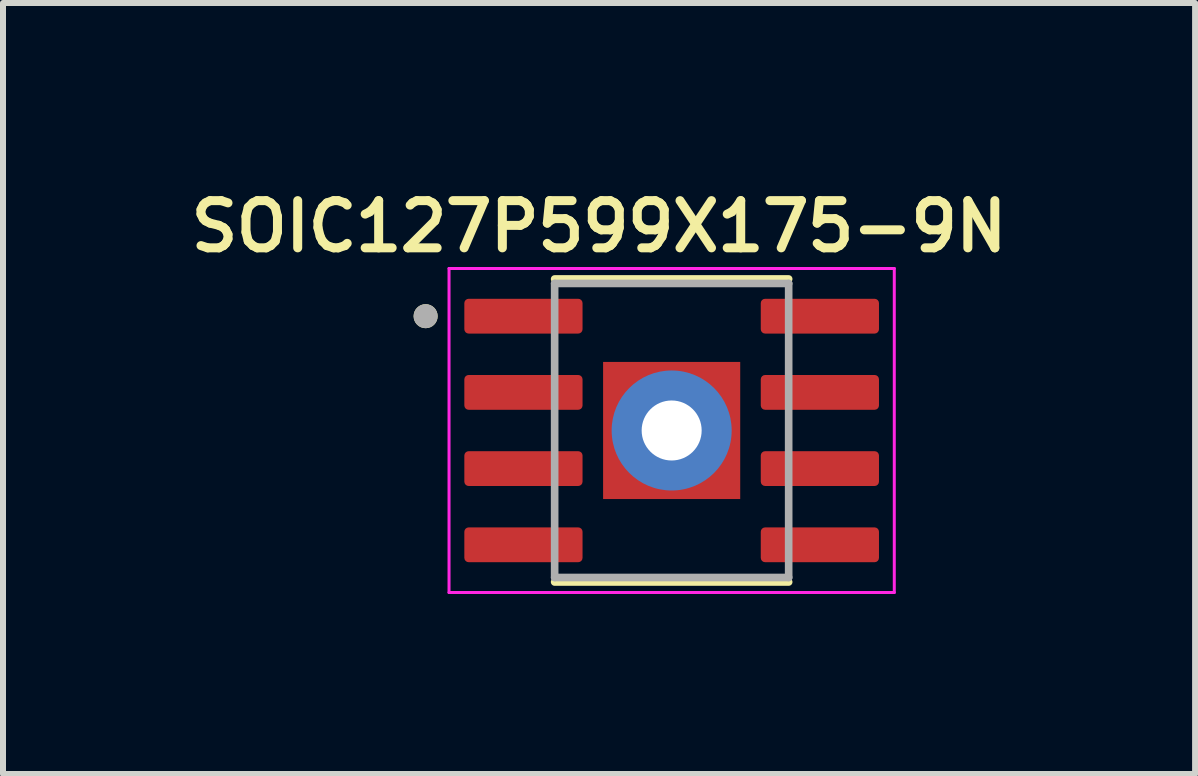
<source format=kicad_pcb>
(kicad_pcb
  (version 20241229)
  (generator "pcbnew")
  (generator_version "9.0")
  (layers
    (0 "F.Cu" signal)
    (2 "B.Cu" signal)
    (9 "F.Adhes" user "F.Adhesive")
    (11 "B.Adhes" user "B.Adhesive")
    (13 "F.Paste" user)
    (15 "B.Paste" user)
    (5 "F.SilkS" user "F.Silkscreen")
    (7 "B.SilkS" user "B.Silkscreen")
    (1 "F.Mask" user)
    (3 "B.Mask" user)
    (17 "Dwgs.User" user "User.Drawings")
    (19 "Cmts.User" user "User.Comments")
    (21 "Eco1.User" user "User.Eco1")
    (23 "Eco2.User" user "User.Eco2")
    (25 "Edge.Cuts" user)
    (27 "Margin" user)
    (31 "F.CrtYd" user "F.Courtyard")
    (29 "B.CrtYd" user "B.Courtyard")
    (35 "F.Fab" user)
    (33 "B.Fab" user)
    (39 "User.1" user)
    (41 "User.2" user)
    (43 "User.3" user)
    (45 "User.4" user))
  (footprint "SOIC127P599X175-9N"
    (layer "F.Cu")
    (at 8.143 4.124)
    (property "Reference" "SOIC127P599X175-9N" (at -1.21 -3.4 180) (layer "F.SilkS") (effects (font (size 0.787 0.787) (thickness 0.15))))
    (attr smd)
    (fp_line (start -1.95 -2.525) (end 1.95 -2.525) (stroke (width 0.127) (type solid)) (layer "F.SilkS"))
    (fp_line (start -1.95 2.525) (end 1.95 2.525) (stroke (width 0.127) (type solid)) (layer "F.SilkS"))
    (fp_circle (center -4.1 -1.905) (end -4 -1.905) (stroke (width 0.2) (type solid)) (fill no) (layer "F.SilkS"))
    (fp_poly (pts (xy -0.86 -0.86) (xy -0.14 -0.86) (xy -0.14 -0.14) (xy -0.86 -0.14)) (stroke (width 0.01) (type solid)) (fill yes) (layer "F.Paste"))
    (fp_poly (pts (xy -0.86 0.14) (xy -0.14 0.14) (xy -0.14 0.86) (xy -0.86 0.86)) (stroke (width 0.01) (type solid)) (fill yes) (layer "F.Paste"))
    (fp_poly (pts (xy 0.14 -0.86) (xy 0.86 -0.86) (xy 0.86 -0.14) (xy 0.14 -0.14)) (stroke (width 0.01) (type solid)) (fill yes) (layer "F.Paste"))
    (fp_poly (pts (xy 0.14 0.14) (xy 0.86 0.14) (xy 0.86 0.86) (xy 0.14 0.86)) (stroke (width 0.01) (type solid)) (fill yes) (layer "F.Paste"))
    (fp_line (start -3.71 -2.7) (end -3.71 2.7) (stroke (width 0.05) (type solid)) (layer "F.CrtYd"))
    (fp_line (start -3.71 -2.7) (end 3.71 -2.7) (stroke (width 0.05) (type solid)) (layer "F.CrtYd"))
    (fp_line (start -3.71 2.7) (end 3.71 2.7) (stroke (width 0.05) (type solid)) (layer "F.CrtYd"))
    (fp_line (start 3.71 -2.7) (end 3.71 2.7) (stroke (width 0.05) (type solid)) (layer "F.CrtYd"))
    (fp_line (start -1.95 -2.45) (end -1.95 2.45) (stroke (width 0.127) (type solid)) (layer "F.Fab"))
    (fp_line (start -1.95 -2.45) (end 1.95 -2.45) (stroke (width 0.127) (type solid)) (layer "F.Fab"))
    (fp_line (start -1.95 2.45) (end 1.95 2.45) (stroke (width 0.127) (type solid)) (layer "F.Fab"))
    (fp_line (start 1.95 -2.45) (end 1.95 2.45) (stroke (width 0.127) (type solid)) (layer "F.Fab"))
    (fp_circle (center -4.1 -1.905) (end -4 -1.905) (stroke (width 0.2) (type solid)) (fill no) (layer "F.Fab"))
    (pad "1" smd roundrect (at -2.47 -1.905) (size 1.97 0.58) (layers "F.Cu" "F.Mask" "F.Paste") (roundrect_rratio 0.125))
    (pad "2" smd roundrect (at -2.47 -0.635) (size 1.97 0.58) (layers "F.Cu" "F.Mask" "F.Paste") (roundrect_rratio 0.125))
    (pad "3" smd roundrect (at -2.47 0.635) (size 1.97 0.58) (layers "F.Cu" "F.Mask" "F.Paste") (roundrect_rratio 0.125))
    (pad "4" smd roundrect (at -2.47 1.905) (size 1.97 0.58) (layers "F.Cu" "F.Mask" "F.Paste") (roundrect_rratio 0.125))
    (pad "5" smd roundrect (at 2.47 1.905) (size 1.97 0.58) (layers "F.Cu" "F.Mask" "F.Paste") (roundrect_rratio 0.125))
    (pad "6" smd roundrect (at 2.47 0.635) (size 1.97 0.58) (layers "F.Cu" "F.Mask" "F.Paste") (roundrect_rratio 0.125))
    (pad "7" smd roundrect (at 2.47 -0.635) (size 1.97 0.58) (layers "F.Cu" "F.Mask" "F.Paste") (roundrect_rratio 0.125))
    (pad "8" smd roundrect (at 2.47 -1.905) (size 1.97 0.58) (layers "F.Cu" "F.Mask" "F.Paste") (roundrect_rratio 0.125))
    (pad "9" thru_hole circle (at 0 0) (size 2 2) (drill 1) (layers "*.Cu" "*.Mask"))
    (pad "9" smd rect (at 0 0) (size 2.285 2.285) (layers "F.Cu" "F.Mask")))
  (gr_rect
    (start -3 -3)
    (end 16.866 9.849)
    (stroke (width 0.1) (type default))
    (fill no)
    (layer "Edge.Cuts")))
</source>
